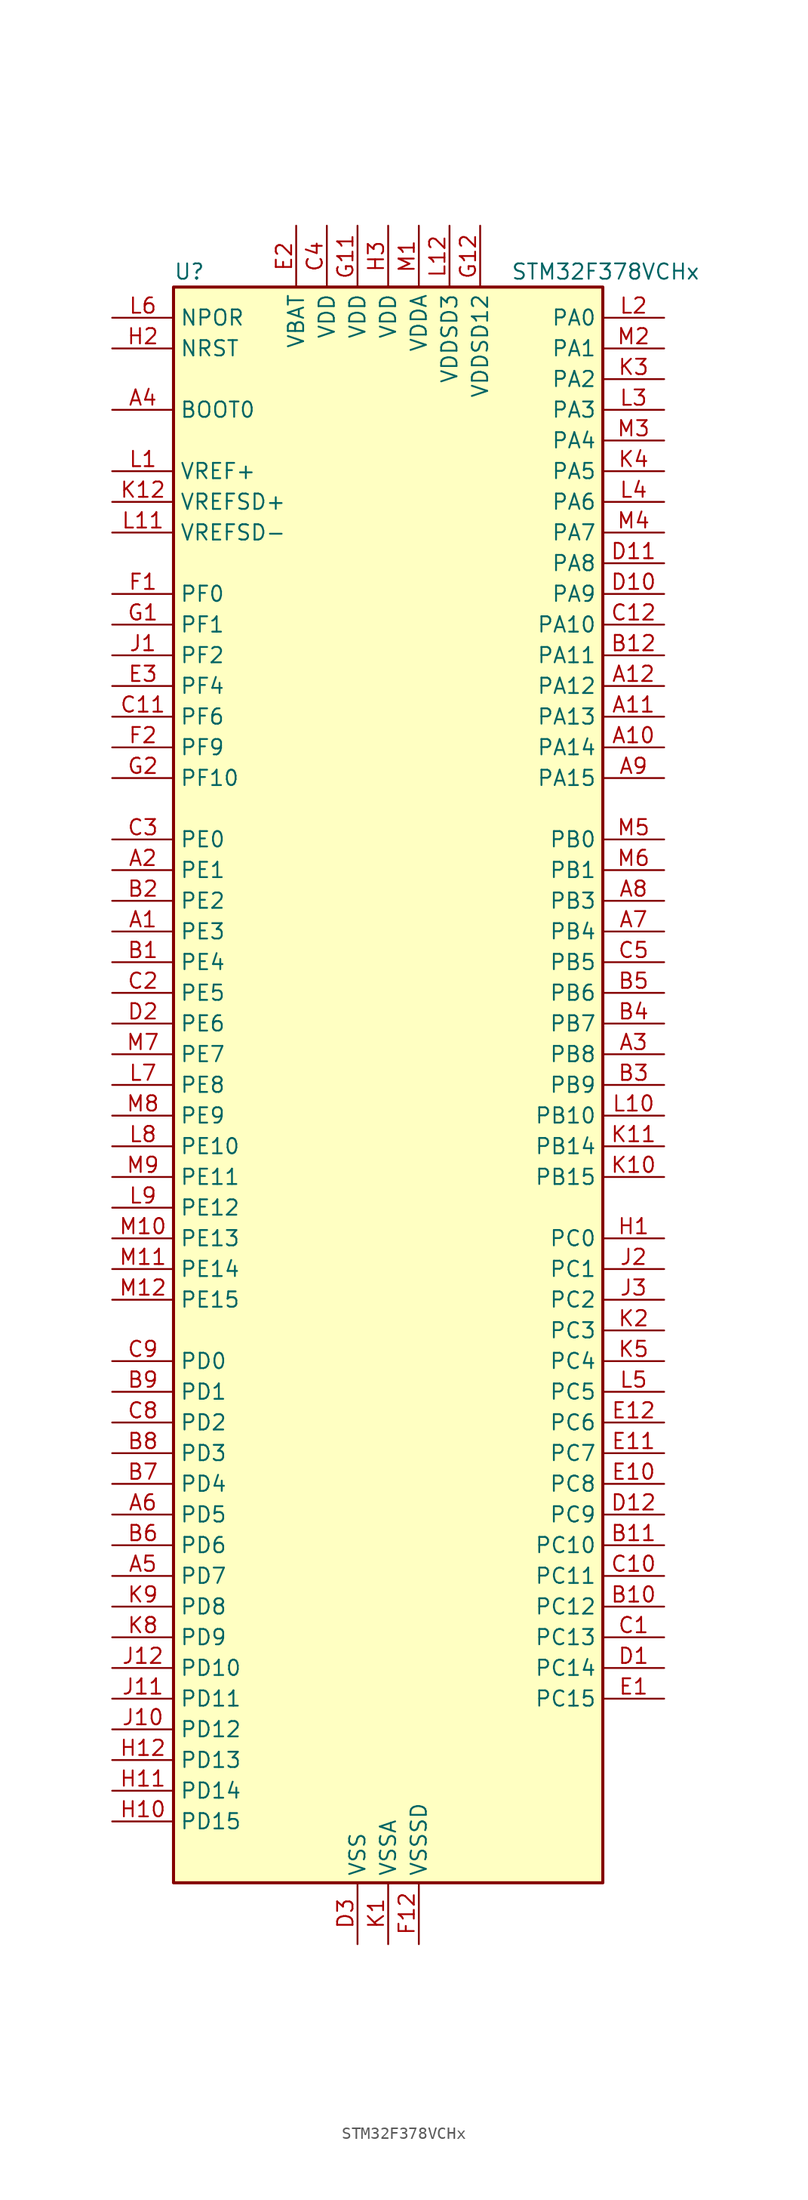
<source format=kicad_sym>
(kicad_symbol_lib
  (version 20220914)
  (generator kicad_symbol_editor)
  (symbol "STM32F378VCHx"
    (property "Reference" "U"
      (at -17.78 67.31 0)
      (effects (font (size 1.27 1.27)) (justify left)))
    (property "Value" "STM32F378VCHx"
      (at 10.16 67.31 0)
      (effects (font (size 1.27 1.27)) (justify left)))
    (property "ki_locked" ""
      (at 0 0 0)
      (effects (font (size 1.27 1.27))))
    (symbol "STM32F378VCHx_0_1"
      (rectangle (start -17.78 -66.04) (end 17.78 66.04) (stroke (width 0.254) (type default)) (fill (type background))))
    (symbol "STM32F378VCHx_1_1"
      (pin bidirectional line (at -22.86 12.7 0) (length 5.08) (name "PE3" (effects (font (size 1.27 1.27)))) (number "A1" (effects (font (size 1.27 1.27)))) (alternate "SYS_TRACED0" bidirectional line) (alternate "TSC_G7_IO2" bidirectional line))
      (pin bidirectional line (at 22.86 27.94 180) (length 5.08) (name "PA14" (effects (font (size 1.27 1.27)))) (number "A10" (effects (font (size 1.27 1.27)))) (alternate "I2C1_SDA" bidirectional line) (alternate "SYS_JTCK-SWCLK" bidirectional line) (alternate "TIM12_CH1" bidirectional line) (alternate "TSC_G4_IO4" bidirectional line))
      (pin bidirectional line (at 22.86 30.48 180) (length 5.08) (name "PA13" (effects (font (size 1.27 1.27)))) (number "A11" (effects (font (size 1.27 1.27)))) (alternate "I2S1_MCK" bidirectional line) (alternate "IR_OUT" bidirectional line) (alternate "SPI1_MISO" bidirectional line) (alternate "SYS_JTMS-SWDIO" bidirectional line) (alternate "TIM16_CH1N" bidirectional line) (alternate "TIM4_CH3" bidirectional line) (alternate "TIM5_CH4" bidirectional line) (alternate "TSC_G4_IO3" bidirectional line) (alternate "USART3_CTS" bidirectional line))
      (pin bidirectional line (at 22.86 33.02 180) (length 5.08) (name "PA12" (effects (font (size 1.27 1.27)))) (number "A12" (effects (font (size 1.27 1.27)))) (alternate "CAN_TX" bidirectional line) (alternate "COMP2_OUT" bidirectional line) (alternate "I2S1_CK" bidirectional line) (alternate "SPI1_SCK" bidirectional line) (alternate "TIM16_CH1" bidirectional line) (alternate "TIM4_CH2" bidirectional line) (alternate "TIM5_CH3" bidirectional line) (alternate "USART1_DE" bidirectional line) (alternate "USART1_RTS" bidirectional line))
      (pin bidirectional line (at -22.86 17.78 0) (length 5.08) (name "PE1" (effects (font (size 1.27 1.27)))) (number "A2" (effects (font (size 1.27 1.27)))) (alternate "USART1_RX" bidirectional line))
      (pin bidirectional line (at 22.86 2.54 180) (length 5.08) (name "PB8" (effects (font (size 1.27 1.27)))) (number "A3" (effects (font (size 1.27 1.27)))) (alternate "CAN_RX" bidirectional line) (alternate "CEC" bidirectional line) (alternate "COMP1_OUT" bidirectional line) (alternate "I2C1_SCL" bidirectional line) (alternate "I2S2_CK" bidirectional line) (alternate "SPI2_SCK" bidirectional line) (alternate "TIM16_CH1" bidirectional line) (alternate "TIM19_CH3" bidirectional line) (alternate "TIM4_CH3" bidirectional line) (alternate "TSC_SYNC" bidirectional line) (alternate "USART3_TX" bidirectional line))
      (pin input line (at -22.86 55.88 0) (length 5.08) (name "BOOT0" (effects (font (size 1.27 1.27)))) (number "A4" (effects (font (size 1.27 1.27)))))
      (pin bidirectional line (at -22.86 -40.64 0) (length 5.08) (name "PD7" (effects (font (size 1.27 1.27)))) (number "A5" (effects (font (size 1.27 1.27)))) (alternate "I2S2_CK" bidirectional line) (alternate "SPI2_SCK" bidirectional line) (alternate "USART2_CK" bidirectional line))
      (pin bidirectional line (at -22.86 -35.56 0) (length 5.08) (name "PD5" (effects (font (size 1.27 1.27)))) (number "A6" (effects (font (size 1.27 1.27)))) (alternate "USART2_TX" bidirectional line))
      (pin bidirectional line (at 22.86 12.7 180) (length 5.08) (name "PB4" (effects (font (size 1.27 1.27)))) (number "A7" (effects (font (size 1.27 1.27)))) (alternate "I2S1_MCK" bidirectional line) (alternate "I2S3_MCK" bidirectional line) (alternate "SPI1_MISO" bidirectional line) (alternate "SPI3_MISO" bidirectional line) (alternate "SYS_NJTRST" bidirectional line) (alternate "TIM15_CH1N" bidirectional line) (alternate "TIM16_CH1" bidirectional line) (alternate "TIM17_BKIN" bidirectional line) (alternate "TIM3_CH1" bidirectional line) (alternate "TSC_G5_IO2" bidirectional line) (alternate "USART2_RX" bidirectional line))
      (pin bidirectional line (at 22.86 15.24 180) (length 5.08) (name "PB3" (effects (font (size 1.27 1.27)))) (number "A8" (effects (font (size 1.27 1.27)))) (alternate "I2S1_CK" bidirectional line) (alternate "I2S3_CK" bidirectional line) (alternate "SPI1_SCK" bidirectional line) (alternate "SPI3_SCK" bidirectional line) (alternate "SYS_JTDO-TRACESWO" bidirectional line) (alternate "TIM13_CH1" bidirectional line) (alternate "TIM2_CH2" bidirectional line) (alternate "TIM3_ETR" bidirectional line) (alternate "TIM4_ETR" bidirectional line) (alternate "TSC_G5_IO1" bidirectional line) (alternate "USART2_TX" bidirectional line))
      (pin bidirectional line (at 22.86 25.4 180) (length 5.08) (name "PA15" (effects (font (size 1.27 1.27)))) (number "A9" (effects (font (size 1.27 1.27)))) (alternate "ADC1_EXTI15" bidirectional line) (alternate "I2C1_SCL" bidirectional line) (alternate "I2S1_WS" bidirectional line) (alternate "I2S3_WS" bidirectional line) (alternate "SDADC1_EXTI15" bidirectional line) (alternate "SDADC2_EXTI15" bidirectional line) (alternate "SDADC3_EXTI15" bidirectional line) (alternate "SPI1_NSS" bidirectional line) (alternate "SPI3_NSS" bidirectional line) (alternate "SYS_JTDI" bidirectional line) (alternate "TIM12_CH2" bidirectional line) (alternate "TIM2_CH1" bidirectional line) (alternate "TIM2_ETR" bidirectional line) (alternate "TSC_SYNC" bidirectional line))
      (pin bidirectional line (at -22.86 10.16 0) (length 5.08) (name "PE4" (effects (font (size 1.27 1.27)))) (number "B1" (effects (font (size 1.27 1.27)))) (alternate "SYS_TRACED1" bidirectional line) (alternate "TSC_G7_IO3" bidirectional line))
      (pin bidirectional line (at 22.86 -43.18 180) (length 5.08) (name "PC12" (effects (font (size 1.27 1.27)))) (number "B10" (effects (font (size 1.27 1.27)))) (alternate "I2S3_SD" bidirectional line) (alternate "SPI3_MOSI" bidirectional line) (alternate "TIM19_CH3" bidirectional line) (alternate "USART3_CK" bidirectional line))
      (pin bidirectional line (at 22.86 -38.1 180) (length 5.08) (name "PC10" (effects (font (size 1.27 1.27)))) (number "B11" (effects (font (size 1.27 1.27)))) (alternate "I2S3_CK" bidirectional line) (alternate "SPI3_SCK" bidirectional line) (alternate "TIM19_CH1" bidirectional line) (alternate "USART3_TX" bidirectional line))
      (pin bidirectional line (at 22.86 35.56 180) (length 5.08) (name "PA11" (effects (font (size 1.27 1.27)))) (number "B12" (effects (font (size 1.27 1.27)))) (alternate "ADC1_EXTI11" bidirectional line) (alternate "CAN_RX" bidirectional line) (alternate "COMP1_OUT" bidirectional line) (alternate "I2S1_WS" bidirectional line) (alternate "I2S2_WS" bidirectional line) (alternate "SDADC1_EXTI11" bidirectional line) (alternate "SDADC2_EXTI11" bidirectional line) (alternate "SDADC3_EXTI11" bidirectional line) (alternate "SPI1_NSS" bidirectional line) (alternate "SPI2_NSS" bidirectional line) (alternate "TIM4_CH1" bidirectional line) (alternate "TIM5_CH2" bidirectional line) (alternate "USART1_CTS" bidirectional line))
      (pin bidirectional line (at -22.86 15.24 0) (length 5.08) (name "PE2" (effects (font (size 1.27 1.27)))) (number "B2" (effects (font (size 1.27 1.27)))) (alternate "SYS_TRACECK" bidirectional line) (alternate "TSC_G7_IO1" bidirectional line))
      (pin bidirectional line (at 22.86 0 180) (length 5.08) (name "PB9" (effects (font (size 1.27 1.27)))) (number "B3" (effects (font (size 1.27 1.27)))) (alternate "CAN_TX" bidirectional line) (alternate "COMP2_OUT" bidirectional line) (alternate "DAC1_EXTI9" bidirectional line) (alternate "DAC2_EXTI9" bidirectional line) (alternate "I2C1_SDA" bidirectional line) (alternate "I2S2_WS" bidirectional line) (alternate "IR_OUT" bidirectional line) (alternate "SPI2_NSS" bidirectional line) (alternate "TIM17_CH1" bidirectional line) (alternate "TIM19_CH4" bidirectional line) (alternate "TIM4_CH4" bidirectional line) (alternate "USART3_RX" bidirectional line))
      (pin bidirectional line (at 22.86 5.08 180) (length 5.08) (name "PB7" (effects (font (size 1.27 1.27)))) (number "B4" (effects (font (size 1.27 1.27)))) (alternate "I2C1_SDA" bidirectional line) (alternate "TIM15_CH2" bidirectional line) (alternate "TIM17_CH1N" bidirectional line) (alternate "TIM19_CH2" bidirectional line) (alternate "TIM3_CH4" bidirectional line) (alternate "TIM4_CH2" bidirectional line) (alternate "TSC_G5_IO4" bidirectional line) (alternate "USART1_RX" bidirectional line))
      (pin bidirectional line (at 22.86 7.62 180) (length 5.08) (name "PB6" (effects (font (size 1.27 1.27)))) (number "B5" (effects (font (size 1.27 1.27)))) (alternate "I2C1_SCL" bidirectional line) (alternate "TIM15_CH1" bidirectional line) (alternate "TIM16_CH1N" bidirectional line) (alternate "TIM19_CH1" bidirectional line) (alternate "TIM3_CH3" bidirectional line) (alternate "TIM4_CH1" bidirectional line) (alternate "TSC_G5_IO3" bidirectional line) (alternate "USART1_TX" bidirectional line))
      (pin bidirectional line (at -22.86 -38.1 0) (length 5.08) (name "PD6" (effects (font (size 1.27 1.27)))) (number "B6" (effects (font (size 1.27 1.27)))) (alternate "I2S2_WS" bidirectional line) (alternate "SPI2_NSS" bidirectional line) (alternate "USART2_RX" bidirectional line))
      (pin bidirectional line (at -22.86 -33.02 0) (length 5.08) (name "PD4" (effects (font (size 1.27 1.27)))) (number "B7" (effects (font (size 1.27 1.27)))) (alternate "I2S2_SD" bidirectional line) (alternate "SPI2_MOSI" bidirectional line) (alternate "USART2_DE" bidirectional line) (alternate "USART2_RTS" bidirectional line))
      (pin bidirectional line (at -22.86 -30.48 0) (length 5.08) (name "PD3" (effects (font (size 1.27 1.27)))) (number "B8" (effects (font (size 1.27 1.27)))) (alternate "I2S2_MCK" bidirectional line) (alternate "SPI2_MISO" bidirectional line) (alternate "USART2_CTS" bidirectional line))
      (pin bidirectional line (at -22.86 -25.4 0) (length 5.08) (name "PD1" (effects (font (size 1.27 1.27)))) (number "B9" (effects (font (size 1.27 1.27)))) (alternate "CAN_TX" bidirectional line) (alternate "TIM19_ETR" bidirectional line))
      (pin bidirectional line (at 22.86 -45.72 180) (length 5.08) (name "PC13" (effects (font (size 1.27 1.27)))) (number "C1" (effects (font (size 1.27 1.27)))) (alternate "RTC_OUT_ALARM" bidirectional line) (alternate "RTC_OUT_CALIB" bidirectional line) (alternate "RTC_TAMP1" bidirectional line) (alternate "RTC_TS" bidirectional line) (alternate "SYS_WKUP2" bidirectional line))
      (pin bidirectional line (at 22.86 -40.64 180) (length 5.08) (name "PC11" (effects (font (size 1.27 1.27)))) (number "C10" (effects (font (size 1.27 1.27)))) (alternate "ADC1_EXTI11" bidirectional line) (alternate "I2S3_MCK" bidirectional line) (alternate "SDADC1_EXTI11" bidirectional line) (alternate "SDADC2_EXTI11" bidirectional line) (alternate "SDADC3_EXTI11" bidirectional line) (alternate "SPI3_MISO" bidirectional line) (alternate "TIM19_CH2" bidirectional line) (alternate "USART3_RX" bidirectional line))
      (pin bidirectional line (at -22.86 30.48 0) (length 5.08) (name "PF6" (effects (font (size 1.27 1.27)))) (number "C11" (effects (font (size 1.27 1.27)))) (alternate "I2C2_SCL" bidirectional line) (alternate "I2S1_SD" bidirectional line) (alternate "SPI1_MOSI" bidirectional line) (alternate "TIM4_CH4" bidirectional line) (alternate "USART3_DE" bidirectional line) (alternate "USART3_RTS" bidirectional line))
      (pin bidirectional line (at 22.86 38.1 180) (length 5.08) (name "PA10" (effects (font (size 1.27 1.27)))) (number "C12" (effects (font (size 1.27 1.27)))) (alternate "I2C2_SDA" bidirectional line) (alternate "I2S2_SD" bidirectional line) (alternate "SPI2_MOSI" bidirectional line) (alternate "TIM14_CH1" bidirectional line) (alternate "TIM17_BKIN" bidirectional line) (alternate "TIM2_CH4" bidirectional line) (alternate "TSC_G4_IO2" bidirectional line) (alternate "USART1_RX" bidirectional line))
      (pin bidirectional line (at -22.86 7.62 0) (length 5.08) (name "PE5" (effects (font (size 1.27 1.27)))) (number "C2" (effects (font (size 1.27 1.27)))) (alternate "SYS_TRACED2" bidirectional line) (alternate "TSC_G7_IO4" bidirectional line))
      (pin bidirectional line (at -22.86 20.32 0) (length 5.08) (name "PE0" (effects (font (size 1.27 1.27)))) (number "C3" (effects (font (size 1.27 1.27)))) (alternate "TIM4_ETR" bidirectional line) (alternate "USART1_TX" bidirectional line))
      (pin power_in line (at -5.08 71.12 270) (length 5.08) (name "VDD" (effects (font (size 1.27 1.27)))) (number "C4" (effects (font (size 1.27 1.27)))))
      (pin bidirectional line (at 22.86 10.16 180) (length 5.08) (name "PB5" (effects (font (size 1.27 1.27)))) (number "C5" (effects (font (size 1.27 1.27)))) (alternate "I2C1_SMBA" bidirectional line) (alternate "I2S1_SD" bidirectional line) (alternate "I2S3_SD" bidirectional line) (alternate "SPI1_MOSI" bidirectional line) (alternate "SPI3_MOSI" bidirectional line) (alternate "TIM16_BKIN" bidirectional line) (alternate "TIM17_CH1" bidirectional line) (alternate "TIM19_ETR" bidirectional line) (alternate "TIM3_CH2" bidirectional line) (alternate "USART2_CK" bidirectional line))
      (pin bidirectional line (at -22.86 -27.94 0) (length 5.08) (name "PD2" (effects (font (size 1.27 1.27)))) (number "C8" (effects (font (size 1.27 1.27)))) (alternate "TIM3_ETR" bidirectional line))
      (pin bidirectional line (at -22.86 -22.86 0) (length 5.08) (name "PD0" (effects (font (size 1.27 1.27)))) (number "C9" (effects (font (size 1.27 1.27)))) (alternate "CAN_RX" bidirectional line) (alternate "TIM19_CH4" bidirectional line))
      (pin bidirectional line (at 22.86 -48.26 180) (length 5.08) (name "PC14" (effects (font (size 1.27 1.27)))) (number "D1" (effects (font (size 1.27 1.27)))) (alternate "RCC_OSC32_IN" bidirectional line))
      (pin bidirectional line (at 22.86 40.64 180) (length 5.08) (name "PA9" (effects (font (size 1.27 1.27)))) (number "D10" (effects (font (size 1.27 1.27)))) (alternate "DAC1_EXTI9" bidirectional line) (alternate "DAC2_EXTI9" bidirectional line) (alternate "I2C2_SCL" bidirectional line) (alternate "I2S2_MCK" bidirectional line) (alternate "SPI2_MISO" bidirectional line) (alternate "TIM13_CH1" bidirectional line) (alternate "TIM15_BKIN" bidirectional line) (alternate "TIM2_CH3" bidirectional line) (alternate "TSC_G4_IO1" bidirectional line) (alternate "USART1_TX" bidirectional line))
      (pin bidirectional line (at 22.86 43.18 180) (length 5.08) (name "PA8" (effects (font (size 1.27 1.27)))) (number "D11" (effects (font (size 1.27 1.27)))) (alternate "I2C2_SMBA" bidirectional line) (alternate "I2S2_CK" bidirectional line) (alternate "RCC_MCO" bidirectional line) (alternate "SPI2_SCK" bidirectional line) (alternate "TIM4_ETR" bidirectional line) (alternate "TIM5_CH1" bidirectional line) (alternate "TIM5_ETR" bidirectional line) (alternate "USART1_CK" bidirectional line))
      (pin bidirectional line (at 22.86 -35.56 180) (length 5.08) (name "PC9" (effects (font (size 1.27 1.27)))) (number "D12" (effects (font (size 1.27 1.27)))) (alternate "DAC1_EXTI9" bidirectional line) (alternate "DAC2_EXTI9" bidirectional line) (alternate "I2S1_SD" bidirectional line) (alternate "SPI1_MOSI" bidirectional line) (alternate "TIM3_CH4" bidirectional line))
      (pin bidirectional line (at -22.86 5.08 0) (length 5.08) (name "PE6" (effects (font (size 1.27 1.27)))) (number "D2" (effects (font (size 1.27 1.27)))) (alternate "RTC_TAMP3" bidirectional line) (alternate "SYS_TRACED3" bidirectional line) (alternate "SYS_WKUP3" bidirectional line))
      (pin power_in line (at -2.54 -71.12 90) (length 5.08) (name "VSS" (effects (font (size 1.27 1.27)))) (number "D3" (effects (font (size 1.27 1.27)))))
      (pin bidirectional line (at 22.86 -50.8 180) (length 5.08) (name "PC15" (effects (font (size 1.27 1.27)))) (number "E1" (effects (font (size 1.27 1.27)))) (alternate "ADC1_EXTI15" bidirectional line) (alternate "RCC_OSC32_OUT" bidirectional line) (alternate "SDADC1_EXTI15" bidirectional line) (alternate "SDADC2_EXTI15" bidirectional line) (alternate "SDADC3_EXTI15" bidirectional line))
      (pin bidirectional line (at 22.86 -33.02 180) (length 5.08) (name "PC8" (effects (font (size 1.27 1.27)))) (number "E10" (effects (font (size 1.27 1.27)))) (alternate "I2S1_MCK" bidirectional line) (alternate "SPI1_MISO" bidirectional line) (alternate "TIM3_CH3" bidirectional line))
      (pin bidirectional line (at 22.86 -30.48 180) (length 5.08) (name "PC7" (effects (font (size 1.27 1.27)))) (number "E11" (effects (font (size 1.27 1.27)))) (alternate "I2S1_CK" bidirectional line) (alternate "SPI1_SCK" bidirectional line) (alternate "TIM3_CH2" bidirectional line))
      (pin bidirectional line (at 22.86 -27.94 180) (length 5.08) (name "PC6" (effects (font (size 1.27 1.27)))) (number "E12" (effects (font (size 1.27 1.27)))) (alternate "I2S1_WS" bidirectional line) (alternate "SPI1_NSS" bidirectional line) (alternate "TIM3_CH1" bidirectional line))
      (pin power_in line (at -7.62 71.12 270) (length 5.08) (name "VBAT" (effects (font (size 1.27 1.27)))) (number "E2" (effects (font (size 1.27 1.27)))))
      (pin bidirectional line (at -22.86 33.02 0) (length 5.08) (name "PF4" (effects (font (size 1.27 1.27)))) (number "E3" (effects (font (size 1.27 1.27)))))
      (pin bidirectional line (at -22.86 40.64 0) (length 5.08) (name "PF0" (effects (font (size 1.27 1.27)))) (number "F1" (effects (font (size 1.27 1.27)))) (alternate "I2C2_SDA" bidirectional line) (alternate "RCC_OSC_IN" bidirectional line))
      (pin passive line (at -2.54 -71.12 90) (length 5.08) hide (name "VSS" (effects (font (size 1.27 1.27)))) (number "F11" (effects (font (size 1.27 1.27)))))
      (pin power_in line (at 2.54 -71.12 90) (length 5.08) (name "VSSSD" (effects (font (size 1.27 1.27)))) (number "F12" (effects (font (size 1.27 1.27)))))
      (pin bidirectional line (at -22.86 27.94 0) (length 5.08) (name "PF9" (effects (font (size 1.27 1.27)))) (number "F2" (effects (font (size 1.27 1.27)))) (alternate "DAC1_EXTI9" bidirectional line) (alternate "DAC2_EXTI9" bidirectional line) (alternate "TIM14_CH1" bidirectional line))
      (pin bidirectional line (at -22.86 38.1 0) (length 5.08) (name "PF1" (effects (font (size 1.27 1.27)))) (number "G1" (effects (font (size 1.27 1.27)))) (alternate "I2C2_SCL" bidirectional line) (alternate "RCC_OSC_OUT" bidirectional line))
      (pin power_in line (at -2.54 71.12 270) (length 5.08) (name "VDD" (effects (font (size 1.27 1.27)))) (number "G11" (effects (font (size 1.27 1.27)))))
      (pin power_in line (at 7.62 71.12 270) (length 5.08) (name "VDDSD12" (effects (font (size 1.27 1.27)))) (number "G12" (effects (font (size 1.27 1.27)))))
      (pin bidirectional line (at -22.86 25.4 0) (length 5.08) (name "PF10" (effects (font (size 1.27 1.27)))) (number "G2" (effects (font (size 1.27 1.27)))))
      (pin bidirectional line (at 22.86 -12.7 180) (length 5.08) (name "PC0" (effects (font (size 1.27 1.27)))) (number "H1" (effects (font (size 1.27 1.27)))) (alternate "ADC1_IN10" bidirectional line) (alternate "TIM5_CH1" bidirectional line) (alternate "TIM5_ETR" bidirectional line))
      (pin bidirectional line (at -22.86 -60.96 0) (length 5.08) (name "PD15" (effects (font (size 1.27 1.27)))) (number "H10" (effects (font (size 1.27 1.27)))) (alternate "ADC1_EXTI15" bidirectional line) (alternate "SDADC1_EXTI15" bidirectional line) (alternate "SDADC2_EXTI15" bidirectional line) (alternate "SDADC3_AIN0M" bidirectional line) (alternate "SDADC3_EXTI15" bidirectional line) (alternate "TIM4_CH4" bidirectional line) (alternate "TSC_G8_IO4" bidirectional line))
      (pin bidirectional line (at -22.86 -58.42 0) (length 5.08) (name "PD14" (effects (font (size 1.27 1.27)))) (number "H11" (effects (font (size 1.27 1.27)))) (alternate "SDADC3_AIN0P" bidirectional line) (alternate "TIM4_CH3" bidirectional line) (alternate "TSC_G8_IO3" bidirectional line))
      (pin bidirectional line (at -22.86 -55.88 0) (length 5.08) (name "PD13" (effects (font (size 1.27 1.27)))) (number "H12" (effects (font (size 1.27 1.27)))) (alternate "SDADC3_AIN1P" bidirectional line) (alternate "SDADC3_AIN2M" bidirectional line) (alternate "TIM4_CH2" bidirectional line) (alternate "TSC_G8_IO2" bidirectional line))
      (pin input line (at -22.86 60.96 0) (length 5.08) (name "NRST" (effects (font (size 1.27 1.27)))) (number "H2" (effects (font (size 1.27 1.27)))))
      (pin power_in line (at 0 71.12 270) (length 5.08) (name "VDD" (effects (font (size 1.27 1.27)))) (number "H3" (effects (font (size 1.27 1.27)))))
      (pin bidirectional line (at -22.86 35.56 0) (length 5.08) (name "PF2" (effects (font (size 1.27 1.27)))) (number "J1" (effects (font (size 1.27 1.27)))) (alternate "I2C2_SMBA" bidirectional line))
      (pin bidirectional line (at -22.86 -53.34 0) (length 5.08) (name "PD12" (effects (font (size 1.27 1.27)))) (number "J10" (effects (font (size 1.27 1.27)))) (alternate "SDADC3_AIN2P" bidirectional line) (alternate "TIM4_CH1" bidirectional line) (alternate "TSC_G8_IO1" bidirectional line) (alternate "USART3_DE" bidirectional line) (alternate "USART3_RTS" bidirectional line))
      (pin bidirectional line (at -22.86 -50.8 0) (length 5.08) (name "PD11" (effects (font (size 1.27 1.27)))) (number "J11" (effects (font (size 1.27 1.27)))) (alternate "ADC1_EXTI11" bidirectional line) (alternate "SDADC1_EXTI11" bidirectional line) (alternate "SDADC2_EXTI11" bidirectional line) (alternate "SDADC3_AIN3P" bidirectional line) (alternate "SDADC3_AIN4M" bidirectional line) (alternate "SDADC3_EXTI11" bidirectional line) (alternate "USART3_CTS" bidirectional line))
      (pin bidirectional line (at -22.86 -48.26 0) (length 5.08) (name "PD10" (effects (font (size 1.27 1.27)))) (number "J12" (effects (font (size 1.27 1.27)))) (alternate "SDADC3_AIN4P" bidirectional line) (alternate "USART3_CK" bidirectional line))
      (pin bidirectional line (at 22.86 -15.24 180) (length 5.08) (name "PC1" (effects (font (size 1.27 1.27)))) (number "J2" (effects (font (size 1.27 1.27)))) (alternate "ADC1_IN11" bidirectional line) (alternate "TIM5_CH2" bidirectional line))
      (pin bidirectional line (at 22.86 -17.78 180) (length 5.08) (name "PC2" (effects (font (size 1.27 1.27)))) (number "J3" (effects (font (size 1.27 1.27)))) (alternate "ADC1_IN12" bidirectional line) (alternate "I2S2_MCK" bidirectional line) (alternate "SPI2_MISO" bidirectional line) (alternate "TIM5_CH3" bidirectional line))
      (pin power_in line (at 0 -71.12 90) (length 5.08) (name "VSSA" (effects (font (size 1.27 1.27)))) (number "K1" (effects (font (size 1.27 1.27)))))
      (pin bidirectional line (at 22.86 -7.62 180) (length 5.08) (name "PB15" (effects (font (size 1.27 1.27)))) (number "K10" (effects (font (size 1.27 1.27)))) (alternate "ADC1_EXTI15" bidirectional line) (alternate "I2S2_SD" bidirectional line) (alternate "RTC_REFIN" bidirectional line) (alternate "SDADC1_EXTI15" bidirectional line) (alternate "SDADC2_EXTI15" bidirectional line) (alternate "SDADC3_AIN7P" bidirectional line) (alternate "SDADC3_AIN8M" bidirectional line) (alternate "SDADC3_EXTI15" bidirectional line) (alternate "SPI2_MOSI" bidirectional line) (alternate "TIM12_CH2" bidirectional line) (alternate "TIM15_CH1N" bidirectional line) (alternate "TIM15_CH2" bidirectional line) (alternate "TSC_G6_IO2" bidirectional line))
      (pin bidirectional line (at 22.86 -5.08 180) (length 5.08) (name "PB14" (effects (font (size 1.27 1.27)))) (number "K11" (effects (font (size 1.27 1.27)))) (alternate "I2S2_MCK" bidirectional line) (alternate "SDADC3_AIN8P" bidirectional line) (alternate "SPI2_MISO" bidirectional line) (alternate "TIM12_CH1" bidirectional line) (alternate "TIM15_CH1" bidirectional line) (alternate "TSC_G6_IO1" bidirectional line) (alternate "USART3_DE" bidirectional line) (alternate "USART3_RTS" bidirectional line))
      (pin input line (at -22.86 48.26 0) (length 5.08) (name "VREFSD+" (effects (font (size 1.27 1.27)))) (number "K12" (effects (font (size 1.27 1.27)))))
      (pin bidirectional line (at 22.86 -20.32 180) (length 5.08) (name "PC3" (effects (font (size 1.27 1.27)))) (number "K2" (effects (font (size 1.27 1.27)))) (alternate "ADC1_IN13" bidirectional line) (alternate "I2S2_SD" bidirectional line) (alternate "SPI2_MOSI" bidirectional line) (alternate "TIM5_CH4" bidirectional line))
      (pin bidirectional line (at 22.86 58.42 180) (length 5.08) (name "PA2" (effects (font (size 1.27 1.27)))) (number "K3" (effects (font (size 1.27 1.27)))) (alternate "ADC1_IN2" bidirectional line) (alternate "COMP2_INM" bidirectional line) (alternate "COMP2_OUT" bidirectional line) (alternate "I2S3_MCK" bidirectional line) (alternate "SPI3_MISO" bidirectional line) (alternate "TIM15_CH1" bidirectional line) (alternate "TIM19_CH3" bidirectional line) (alternate "TIM2_CH3" bidirectional line) (alternate "TIM5_CH3" bidirectional line) (alternate "TSC_G1_IO3" bidirectional line) (alternate "USART2_TX" bidirectional line))
      (pin bidirectional line (at 22.86 50.8 180) (length 5.08) (name "PA5" (effects (font (size 1.27 1.27)))) (number "K4" (effects (font (size 1.27 1.27)))) (alternate "ADC1_IN5" bidirectional line) (alternate "CEC" bidirectional line) (alternate "DAC1_OUT2" bidirectional line) (alternate "I2S1_CK" bidirectional line) (alternate "SPI1_SCK" bidirectional line) (alternate "TIM12_CH2" bidirectional line) (alternate "TIM14_CH1" bidirectional line) (alternate "TIM2_CH1" bidirectional line) (alternate "TIM2_ETR" bidirectional line) (alternate "TSC_G2_IO2" bidirectional line))
      (pin bidirectional line (at 22.86 -22.86 180) (length 5.08) (name "PC4" (effects (font (size 1.27 1.27)))) (number "K5" (effects (font (size 1.27 1.27)))) (alternate "ADC1_IN14" bidirectional line) (alternate "TIM13_CH1" bidirectional line) (alternate "TSC_G3_IO1" bidirectional line) (alternate "USART1_TX" bidirectional line))
      (pin bidirectional line (at -22.86 -45.72 0) (length 5.08) (name "PD9" (effects (font (size 1.27 1.27)))) (number "K8" (effects (font (size 1.27 1.27)))) (alternate "DAC1_EXTI9" bidirectional line) (alternate "DAC2_EXTI9" bidirectional line) (alternate "SDADC3_AIN5P" bidirectional line) (alternate "SDADC3_AIN6M" bidirectional line) (alternate "TSC_G6_IO4" bidirectional line) (alternate "USART3_RX" bidirectional line))
      (pin bidirectional line (at -22.86 -43.18 0) (length 5.08) (name "PD8" (effects (font (size 1.27 1.27)))) (number "K9" (effects (font (size 1.27 1.27)))) (alternate "I2S2_CK" bidirectional line) (alternate "SDADC3_AIN6P" bidirectional line) (alternate "SPI2_SCK" bidirectional line) (alternate "TSC_G6_IO3" bidirectional line) (alternate "USART3_TX" bidirectional line))
      (pin input line (at -22.86 50.8 0) (length 5.08) (name "VREF+" (effects (font (size 1.27 1.27)))) (number "L1" (effects (font (size 1.27 1.27)))))
      (pin bidirectional line (at 22.86 -2.54 180) (length 5.08) (name "PB10" (effects (font (size 1.27 1.27)))) (number "L10" (effects (font (size 1.27 1.27)))) (alternate "CEC" bidirectional line) (alternate "I2S2_CK" bidirectional line) (alternate "SDADC2_AIN0M" bidirectional line) (alternate "SPI2_SCK" bidirectional line) (alternate "TIM2_CH3" bidirectional line) (alternate "TSC_SYNC" bidirectional line) (alternate "USART3_TX" bidirectional line))
      (pin input line (at -22.86 45.72 0) (length 5.08) (name "VREFSD-" (effects (font (size 1.27 1.27)))) (number "L11" (effects (font (size 1.27 1.27)))))
      (pin power_in line (at 5.08 71.12 270) (length 5.08) (name "VDDSD3" (effects (font (size 1.27 1.27)))) (number "L12" (effects (font (size 1.27 1.27)))))
      (pin bidirectional line (at 22.86 63.5 180) (length 5.08) (name "PA0" (effects (font (size 1.27 1.27)))) (number "L2" (effects (font (size 1.27 1.27)))) (alternate "ADC1_IN0" bidirectional line) (alternate "COMP1_INM" bidirectional line) (alternate "COMP1_OUT" bidirectional line) (alternate "RTC_TAMP2" bidirectional line) (alternate "SYS_WKUP1" bidirectional line) (alternate "TIM19_CH1" bidirectional line) (alternate "TIM2_CH1" bidirectional line) (alternate "TIM2_ETR" bidirectional line) (alternate "TIM5_CH1" bidirectional line) (alternate "TIM5_ETR" bidirectional line) (alternate "TSC_G1_IO1" bidirectional line) (alternate "USART2_CTS" bidirectional line))
      (pin bidirectional line (at 22.86 55.88 180) (length 5.08) (name "PA3" (effects (font (size 1.27 1.27)))) (number "L3" (effects (font (size 1.27 1.27)))) (alternate "ADC1_IN3" bidirectional line) (alternate "COMP2_INP" bidirectional line) (alternate "I2S3_SD" bidirectional line) (alternate "SPI3_MOSI" bidirectional line) (alternate "TIM15_CH2" bidirectional line) (alternate "TIM19_CH4" bidirectional line) (alternate "TIM2_CH4" bidirectional line) (alternate "TIM5_CH4" bidirectional line) (alternate "TSC_G1_IO4" bidirectional line) (alternate "USART2_RX" bidirectional line))
      (pin bidirectional line (at 22.86 48.26 180) (length 5.08) (name "PA6" (effects (font (size 1.27 1.27)))) (number "L4" (effects (font (size 1.27 1.27)))) (alternate "ADC1_IN6" bidirectional line) (alternate "COMP1_OUT" bidirectional line) (alternate "DAC2_OUT1" bidirectional line) (alternate "I2S1_MCK" bidirectional line) (alternate "SPI1_MISO" bidirectional line) (alternate "TIM13_CH1" bidirectional line) (alternate "TIM16_CH1" bidirectional line) (alternate "TIM3_CH1" bidirectional line) (alternate "TSC_G2_IO3" bidirectional line))
      (pin bidirectional line (at 22.86 -25.4 180) (length 5.08) (name "PC5" (effects (font (size 1.27 1.27)))) (number "L5" (effects (font (size 1.27 1.27)))) (alternate "ADC1_IN15" bidirectional line) (alternate "TSC_G3_IO2" bidirectional line) (alternate "USART1_RX" bidirectional line))
      (pin input line (at -22.86 63.5 0) (length 5.08) (name "NPOR" (effects (font (size 1.27 1.27)))) (number "L6" (effects (font (size 1.27 1.27)))))
      (pin bidirectional line (at -22.86 0 0) (length 5.08) (name "PE8" (effects (font (size 1.27 1.27)))) (number "L7" (effects (font (size 1.27 1.27)))) (alternate "SDADC1_AIN8P" bidirectional line) (alternate "SDADC2_AIN8P" bidirectional line))
      (pin bidirectional line (at -22.86 -5.08 0) (length 5.08) (name "PE10" (effects (font (size 1.27 1.27)))) (number "L8" (effects (font (size 1.27 1.27)))) (alternate "SDADC1_AIN2P" bidirectional line))
      (pin bidirectional line (at -22.86 -10.16 0) (length 5.08) (name "PE12" (effects (font (size 1.27 1.27)))) (number "L9" (effects (font (size 1.27 1.27)))) (alternate "SDADC1_AIN0P" bidirectional line) (alternate "SDADC2_AIN3P" bidirectional line) (alternate "SDADC2_AIN4M" bidirectional line))
      (pin power_in line (at 2.54 71.12 270) (length 5.08) (name "VDDA" (effects (font (size 1.27 1.27)))) (number "M1" (effects (font (size 1.27 1.27)))))
      (pin bidirectional line (at -22.86 -12.7 0) (length 5.08) (name "PE13" (effects (font (size 1.27 1.27)))) (number "M10" (effects (font (size 1.27 1.27)))) (alternate "SDADC1_AIN0M" bidirectional line) (alternate "SDADC2_AIN2P" bidirectional line))
      (pin bidirectional line (at -22.86 -15.24 0) (length 5.08) (name "PE14" (effects (font (size 1.27 1.27)))) (number "M11" (effects (font (size 1.27 1.27)))) (alternate "SDADC2_AIN1P" bidirectional line) (alternate "SDADC2_AIN2M" bidirectional line))
      (pin bidirectional line (at -22.86 -17.78 0) (length 5.08) (name "PE15" (effects (font (size 1.27 1.27)))) (number "M12" (effects (font (size 1.27 1.27)))) (alternate "ADC1_EXTI15" bidirectional line) (alternate "SDADC1_EXTI15" bidirectional line) (alternate "SDADC2_AIN0P" bidirectional line) (alternate "SDADC2_EXTI15" bidirectional line) (alternate "SDADC3_EXTI15" bidirectional line) (alternate "USART3_RX" bidirectional line))
      (pin bidirectional line (at 22.86 60.96 180) (length 5.08) (name "PA1" (effects (font (size 1.27 1.27)))) (number "M2" (effects (font (size 1.27 1.27)))) (alternate "ADC1_IN1" bidirectional line) (alternate "COMP1_INP" bidirectional line) (alternate "I2S3_CK" bidirectional line) (alternate "RTC_REFIN" bidirectional line) (alternate "SPI3_SCK" bidirectional line) (alternate "TIM15_CH1N" bidirectional line) (alternate "TIM19_CH2" bidirectional line) (alternate "TIM2_CH2" bidirectional line) (alternate "TIM5_CH2" bidirectional line) (alternate "TSC_G1_IO2" bidirectional line) (alternate "USART2_DE" bidirectional line) (alternate "USART2_RTS" bidirectional line))
      (pin bidirectional line (at 22.86 53.34 180) (length 5.08) (name "PA4" (effects (font (size 1.27 1.27)))) (number "M3" (effects (font (size 1.27 1.27)))) (alternate "ADC1_IN4" bidirectional line) (alternate "DAC1_OUT1" bidirectional line) (alternate "I2S1_WS" bidirectional line) (alternate "I2S3_WS" bidirectional line) (alternate "SPI1_NSS" bidirectional line) (alternate "SPI3_NSS" bidirectional line) (alternate "TIM12_CH1" bidirectional line) (alternate "TIM3_CH2" bidirectional line) (alternate "TSC_G2_IO1" bidirectional line) (alternate "USART2_CK" bidirectional line))
      (pin bidirectional line (at 22.86 45.72 180) (length 5.08) (name "PA7" (effects (font (size 1.27 1.27)))) (number "M4" (effects (font (size 1.27 1.27)))) (alternate "ADC1_IN7" bidirectional line) (alternate "COMP2_OUT" bidirectional line) (alternate "I2S1_SD" bidirectional line) (alternate "SPI1_MOSI" bidirectional line) (alternate "TIM14_CH1" bidirectional line) (alternate "TIM17_CH1" bidirectional line) (alternate "TIM3_CH2" bidirectional line) (alternate "TSC_G2_IO4" bidirectional line))
      (pin bidirectional line (at 22.86 20.32 180) (length 5.08) (name "PB0" (effects (font (size 1.27 1.27)))) (number "M5" (effects (font (size 1.27 1.27)))) (alternate "ADC1_IN8" bidirectional line) (alternate "I2S1_SD" bidirectional line) (alternate "SDADC1_AIN6P" bidirectional line) (alternate "SPI1_MOSI" bidirectional line) (alternate "TIM3_CH2" bidirectional line) (alternate "TIM3_CH3" bidirectional line) (alternate "TSC_G3_IO3" bidirectional line))
      (pin bidirectional line (at 22.86 17.78 180) (length 5.08) (name "PB1" (effects (font (size 1.27 1.27)))) (number "M6" (effects (font (size 1.27 1.27)))) (alternate "ADC1_IN9" bidirectional line) (alternate "SDADC1_AIN5P" bidirectional line) (alternate "SDADC1_AIN6M" bidirectional line) (alternate "TIM3_CH4" bidirectional line) (alternate "TSC_G3_IO4" bidirectional line))
      (pin bidirectional line (at -22.86 2.54 0) (length 5.08) (name "PE7" (effects (font (size 1.27 1.27)))) (number "M7" (effects (font (size 1.27 1.27)))) (alternate "SDADC1_AIN3P" bidirectional line) (alternate "SDADC1_AIN4M" bidirectional line) (alternate "SDADC2_AIN5P" bidirectional line) (alternate "SDADC2_AIN6M" bidirectional line))
      (pin bidirectional line (at -22.86 -2.54 0) (length 5.08) (name "PE9" (effects (font (size 1.27 1.27)))) (number "M8" (effects (font (size 1.27 1.27)))) (alternate "DAC1_EXTI9" bidirectional line) (alternate "DAC2_EXTI9" bidirectional line) (alternate "SDADC1_AIN7P" bidirectional line) (alternate "SDADC1_AIN8M" bidirectional line) (alternate "SDADC2_AIN7P" bidirectional line) (alternate "SDADC2_AIN8M" bidirectional line))
      (pin bidirectional line (at -22.86 -7.62 0) (length 5.08) (name "PE11" (effects (font (size 1.27 1.27)))) (number "M9" (effects (font (size 1.27 1.27)))) (alternate "ADC1_EXTI11" bidirectional line) (alternate "SDADC1_AIN1P" bidirectional line) (alternate "SDADC1_AIN2M" bidirectional line) (alternate "SDADC1_EXTI11" bidirectional line) (alternate "SDADC2_AIN4P" bidirectional line) (alternate "SDADC2_EXTI11" bidirectional line) (alternate "SDADC3_EXTI11" bidirectional line)))))
</source>
